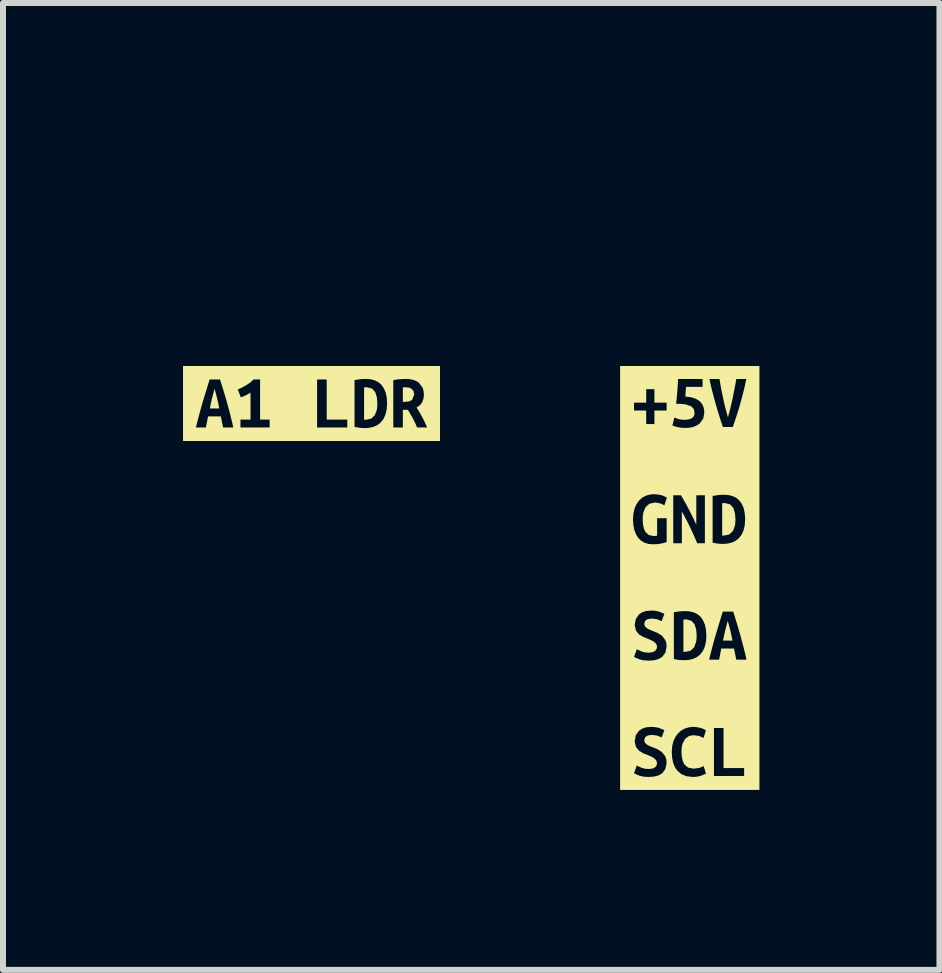
<source format=kicad_pcb>
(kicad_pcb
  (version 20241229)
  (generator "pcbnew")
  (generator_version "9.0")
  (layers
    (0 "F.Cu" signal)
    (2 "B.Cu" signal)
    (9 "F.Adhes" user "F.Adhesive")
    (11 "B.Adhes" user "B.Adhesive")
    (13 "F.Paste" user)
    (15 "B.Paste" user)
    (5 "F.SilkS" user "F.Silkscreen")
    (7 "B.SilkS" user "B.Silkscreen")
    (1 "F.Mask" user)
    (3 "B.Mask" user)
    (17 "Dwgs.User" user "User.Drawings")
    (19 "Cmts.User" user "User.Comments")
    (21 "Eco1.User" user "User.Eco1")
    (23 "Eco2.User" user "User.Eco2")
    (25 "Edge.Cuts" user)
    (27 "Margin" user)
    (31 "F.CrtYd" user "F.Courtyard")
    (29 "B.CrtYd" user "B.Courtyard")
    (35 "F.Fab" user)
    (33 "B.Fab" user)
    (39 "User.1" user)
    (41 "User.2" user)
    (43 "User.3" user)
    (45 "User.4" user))
  (footprint "kibuzzard-681CEF1C"
    (layer "F.Cu")
    (at 8.444 6.581)
    (property "Reference" "kibuzzard-681CEF1C" (at 0 -6.58 0) (layer "F.SilkS") (effects (font (size 0.001 0.001) (thickness 0.15))))
    (attr board_only exclude_from_pos_files exclude_from_bom)
    (fp_poly (pts (xy 0.633 0.716) (xy 0.609 0.802) (xy 0.589 0.882) (xy 0.571 0.962) (xy 0.554 1.044) (xy 0.711 1.044) (xy 0.695 0.962) (xy 0.678 0.882) (xy 0.657 0.802) (xy 0.633 0.716)) (stroke (width 0) (type solid)) (fill yes) (layer "F.SilkS"))
    (fp_poly (pts (xy -0.106 1.232) (xy -0.092 1.233) (xy -0.078 1.233) (xy 0.014 1.212) (xy 0.073 1.155) (xy 0.105 1.069) (xy 0.113 1.017) (xy 0.115 0.96) (xy 0.107 0.859) (xy 0.08 0.773) (xy 0.027 0.713) (xy -0.059 0.69) (xy -0.083 0.691) (xy -0.106 0.694) (xy -0.106 1.232)) (stroke (width 0) (type solid)) (fill yes) (layer "F.SilkS"))
    (fp_poly (pts (xy 0.54 -0.707) (xy 0.554 -0.706) (xy 0.569 -0.706) (xy 0.66 -0.726) (xy 0.719 -0.783) (xy 0.752 -0.869) (xy 0.759 -0.921) (xy 0.761 -0.978) (xy 0.753 -1.079) (xy 0.726 -1.166) (xy 0.673 -1.226) (xy 0.587 -1.248) (xy 0.563 -1.248) (xy 0.54 -1.245) (xy 0.54 -0.707)) (stroke (width 0) (type solid)) (fill yes) (layer "F.SilkS"))
    (fp_poly (pts (xy -0.946 -3.532) (xy -1.161 -3.532) (xy -1.161 3.532) (xy -0.946 3.532) (xy -0.681 3.532) (xy -0.681 3.316) (xy -0.771 3.311) (xy -0.84 3.295) (xy -0.929 3.256) (xy -0.883 3.126) (xy -0.799 3.165) (xy -0.746 3.179) (xy -0.681 3.183) (xy -0.615 3.175) (xy -0.573 3.152) (xy -0.551 3.118) (xy -0.545 3.08) (xy -0.56 3.036) (xy -0.596 3.002) (xy -0.645 2.974) (xy -0.699 2.952) (xy -0.774 2.922) (xy -0.845 2.879) (xy -0.897 2.816) (xy -0.918 2.721) (xy -0.899 2.62) (xy -0.845 2.545) (xy -0.79 2.51) (xy -0.723 2.488) (xy -0.681 2.485) (xy -0.681 1.378) (xy -0.771 1.372) (xy -0.84 1.356) (xy -0.929 1.317) (xy -0.883 1.188) (xy -0.799 1.226) (xy -0.746 1.24) (xy -0.681 1.245) (xy -0.615 1.236) (xy -0.573 1.213) (xy -0.551 1.179) (xy -0.545 1.141) (xy -0.56 1.097) (xy -0.596 1.063) (xy -0.645 1.036) (xy -0.699 1.013) (xy -0.774 0.984) (xy -0.845 0.941) (xy -0.897 0.877) (xy -0.918 0.782) (xy -0.899 0.682) (xy -0.845 0.606) (xy -0.79 0.571) (xy -0.723 0.55) (xy -0.644 0.543) (xy -0.619 0.544) (xy -0.619 -0.561) (xy -0.69 -0.568) (xy -0.754 -0.587) (xy -0.81 -0.62) (xy -0.857 -0.666) (xy -0.895 -0.725) (xy -0.923 -0.797) (xy -0.94 -0.881) (xy -0.946 -0.978) (xy -0.939 -1.074) (xy -0.919 -1.159) (xy -0.887 -1.231) (xy -0.845 -1.29) (xy -0.795 -1.336) (xy -0.735 -1.369) (xy -0.67 -1.389) (xy -0.6 -1.396) (xy -0.589 -1.395) (xy -0.589 -2.565) (xy -0.726 -2.565) (xy -0.726 -2.79) (xy -0.929 -2.79) (xy -0.929 -2.921) (xy -0.726 -2.921) (xy -0.726 -3.146) (xy -0.589 -3.146) (xy -0.589 -2.921) (xy -0.386 -2.921) (xy -0.386 -2.79) (xy -0.589 -2.79) (xy -0.589 -2.565) (xy -0.589 -1.395) (xy -0.516 -1.389) (xy -0.452 -1.373) (xy -0.408 -1.353) (xy -0.381 -1.338) (xy -0.423 -1.211) (xy -0.492 -1.243) (xy -0.578 -1.258) (xy -0.673 -1.237) (xy -0.737 -1.179) (xy -0.774 -1.091) (xy -0.782 -1.038) (xy -0.784 -0.978) (xy -0.779 -0.891) (xy -0.764 -0.821) (xy -0.739 -0.767) (xy -0.683 -0.716) (xy -0.606 -0.699) (xy -0.575 -0.7) (xy -0.544 -0.704) (xy -0.544 -0.996) (xy -0.385 -0.996) (xy -0.385 -0.597) (xy -0.474 -0.574) (xy -0.54 -0.564) (xy -0.619 -0.561) (xy -0.619 0.544) (xy -0.575 0.547) (xy -0.515 0.56) (xy -0.423 0.597) (xy -0.469 0.72) (xy -0.541 0.689) (xy -0.632 0.676) (xy -0.702 0.686) (xy -0.745 0.717) (xy -0.759 0.768) (xy -0.746 0.808) (xy -0.713 0.839) (xy -0.668 0.863) (xy -0.618 0.883) (xy -0.54 0.914) (xy -0.465 0.961) (xy -0.408 1.033) (xy -0.392 1.082) (xy -0.386 1.142) (xy -0.405 1.242) (xy -0.459 1.316) (xy -0.517 1.35) (xy -0.59 1.371) (xy -0.681 1.378) (xy -0.681 2.485) (xy -0.644 2.481) (xy -0.575 2.486) (xy -0.515 2.498) (xy -0.423 2.536) (xy -0.469 2.658) (xy -0.541 2.627) (xy -0.632 2.615) (xy -0.702 2.625) (xy -0.745 2.655) (xy -0.759 2.706) (xy -0.746 2.747) (xy -0.713 2.778) (xy -0.668 2.802) (xy -0.618 2.821) (xy -0.54 2.853) (xy -0.465 2.9) (xy -0.408 2.972) (xy -0.392 3.021) (xy -0.386 3.081) (xy -0.405 3.181) (xy -0.459 3.255) (xy -0.517 3.289) (xy -0.59 3.309) (xy -0.681 3.316) (xy -0.681 3.532) (xy 0.048 3.532) (xy 0.048 3.316) (xy -0.056 3.304) (xy -0.142 3.268) (xy -0.211 3.208) (xy -0.25 3.148) (xy -0.278 3.076) (xy -0.294 2.993) (xy -0.3 2.899) (xy -0.293 2.805) (xy -0.273 2.722) (xy -0.24 2.65) (xy -0.197 2.591) (xy -0.144 2.543) (xy -0.094 2.516) (xy -0.094 1.371) (xy -0.178 1.367) (xy -0.265 1.352) (xy -0.265 0.571) (xy -0.163 0.556) (xy -0.074 0.552) (xy 0.002 0.558) (xy 0.07 0.575) (xy 0.124 0.602) (xy 0.124 -0.578) (xy 0.087 -0.666) (xy 0.047 -0.755) (xy 0.006 -0.843) (xy -0.038 -0.932) (xy -0.084 -1.02) (xy -0.132 -1.109) (xy -0.132 -0.578) (xy -0.275 -0.578) (xy -0.275 -1.378) (xy -0.147 -1.378) (xy -0.111 -1.318) (xy -0.075 -1.254) (xy -0.074 -1.252) (xy -0.074 -2.5) (xy -0.137 -2.503) (xy -0.199 -2.513) (xy -0.253 -2.527) (xy -0.289 -2.541) (xy -0.257 -2.673) (xy -0.185 -2.647) (xy -0.135 -2.638) (xy -0.075 -2.635) (xy 0.002 -2.646) (xy 0.05 -2.672) (xy 0.074 -2.709) (xy 0.08 -2.752) (xy 0.069 -2.813) (xy 0.025 -2.861) (xy -0.068 -2.892) (xy -0.139 -2.9) (xy -0.227 -2.903) (xy -0.216 -3.01) (xy -0.207 -3.115) (xy -0.2 -3.218) (xy -0.195 -3.316) (xy 0.213 -3.316) (xy 0.213 -3.184) (xy -0.062 -3.184) (xy -0.068 -3.098) (xy -0.075 -3.024) (xy 0.023 -3.011) (xy 0.103 -2.985) (xy 0.164 -2.947) (xy 0.208 -2.896) (xy 0.234 -2.833) (xy 0.243 -2.758) (xy 0.224 -2.655) (xy 0.164 -2.573) (xy 0.119 -2.542) (xy 0.065 -2.519) (xy 0.000323 -2.504) (xy -0.074 -2.5) (xy -0.074 -1.252) (xy -0.039 -1.188) (xy -0.005 -1.122) (xy 0.028 -1.057) (xy 0.059 -0.994) (xy 0.086 -0.936) (xy 0.109 -0.885) (xy 0.109 -1.378) (xy 0.252 -1.378) (xy 0.252 -0.578) (xy 0.124 -0.578) (xy 0.124 0.602) (xy 0.131 0.605) (xy 0.181 0.648) (xy 0.221 0.705) (xy 0.251 0.775) (xy 0.27 0.86) (xy 0.277 0.96) (xy 0.27 1.063) (xy 0.249 1.15) (xy 0.216 1.221) (xy 0.172 1.277) (xy 0.118 1.319) (xy 0.055 1.349) (xy -0.016 1.366) (xy -0.094 1.371) (xy -0.094 2.516) (xy -0.082 2.509) (xy -0.012 2.488) (xy 0.063 2.481) (xy 0.14 2.489) (xy 0.2 2.505) (xy 0.244 2.524) (xy 0.27 2.54) (xy 0.229 2.666) (xy 0.157 2.633) (xy 0.061 2.62) (xy -0.012 2.633) (xy -0.076 2.679) (xy -0.121 2.763) (xy -0.134 2.823) (xy -0.138 2.895) (xy -0.133 2.979) (xy -0.117 3.049) (xy -0.091 3.105) (xy -0.029 3.16) (xy 0.063 3.178) (xy 0.166 3.164) (xy 0.231 3.135) (xy 0.271 3.261) (xy 0.18 3.299) (xy 0.118 3.312) (xy 0.048 3.316) (xy 0.048 3.532) (xy 0.906 3.532) (xy 0.906 3.3) (xy 0.403 3.3) (xy 0.403 2.5) (xy 0.563 2.5) (xy 0.563 3.168) (xy 0.775 3.168) (xy 0.775 1.361) (xy 0.738 1.176) (xy 0.525 1.176) (xy 0.489 1.361) (xy 0.323 1.361) (xy 0.346 1.268) (xy 0.369 1.178) (xy 0.392 1.092) (xy 0.415 1.009) (xy 0.438 0.93) (xy 0.467 0.834) (xy 0.495 0.74) (xy 0.523 0.649) (xy 0.551 0.561) (xy 0.552 0.561) (xy 0.552 -0.567) (xy 0.468 -0.572) (xy 0.381 -0.587) (xy 0.381 -1.367) (xy 0.483 -1.383) (xy 0.552 -1.386) (xy 0.552 -2.516) (xy 0.52 -2.611) (xy 0.486 -2.718) (xy 0.463 -2.793) (xy 0.441 -2.868) (xy 0.42 -2.942) (xy 0.4 -3.015) (xy 0.382 -3.086) (xy 0.364 -3.153) (xy 0.343 -3.244) (xy 0.328 -3.316) (xy 0.496 -3.316) (xy 0.506 -3.249) (xy 0.52 -3.172) (xy 0.536 -3.089) (xy 0.554 -3.003) (xy 0.573 -2.916) (xy 0.594 -2.831) (xy 0.615 -2.751) (xy 0.636 -2.679) (xy 0.657 -2.75) (xy 0.677 -2.83) (xy 0.697 -2.915) (xy 0.716 -3.002) (xy 0.733 -3.088) (xy 0.75 -3.172) (xy 0.764 -3.249) (xy 0.775 -3.316) (xy 0.942 -3.316) (xy 0.925 -3.234) (xy 0.904 -3.143) (xy 0.88 -3.045) (xy 0.852 -2.942) (xy 0.832 -2.872) (xy 0.811 -2.8) (xy 0.788 -2.728) (xy 0.765 -2.656) (xy 0.741 -2.585) (xy 0.716 -2.516) (xy 0.552 -2.516) (xy 0.552 -1.386) (xy 0.573 -1.387) (xy 0.648 -1.381) (xy 0.717 -1.363) (xy 0.777 -1.334) (xy 0.827 -1.29) (xy 0.867 -1.234) (xy 0.898 -1.164) (xy 0.916 -1.079) (xy 0.923 -0.978) (xy 0.916 -0.875) (xy 0.895 -0.789) (xy 0.862 -0.718) (xy 0.818 -0.662) (xy 0.764 -0.619) (xy 0.701 -0.59) (xy 0.63 -0.573) (xy 0.552 -0.567) (xy 0.552 0.561) (xy 0.724 0.561) (xy 0.752 0.65) (xy 0.78 0.742) (xy 0.809 0.837) (xy 0.837 0.934) (xy 0.859 1.014) (xy 0.881 1.097) (xy 0.903 1.182) (xy 0.925 1.27) (xy 0.946 1.361) (xy 0.775 1.361) (xy 0.775 3.168) (xy 0.906 3.168) (xy 0.906 3.3) (xy 0.906 3.532) (xy 0.946 3.532) (xy 1.161 3.532) (xy 1.161 -3.532) (xy 0.946 -3.532) (xy -0.946 -3.532)) (stroke (width 0) (type solid)) (fill yes) (layer "F.SilkS")))
  (footprint "kibuzzard-681CE715"
    (layer "F.Cu")
    (at 2.141 3.674)
    (property "Reference" "kibuzzard-681CE715" (at 0 -3.673 0) (layer "F.SilkS") (effects (font (size 0.001 0.001) (thickness 0.15))))
    (attr board_only exclude_from_pos_files exclude_from_bom)
    (fp_poly (pts (xy -1.616 -0.246) (xy -1.639 -0.16) (xy -1.66 -0.079) (xy -1.678 0) (xy -1.694 0.083) (xy -1.538 0.083) (xy -1.553 0) (xy -1.571 -0.079) (xy -1.592 -0.16) (xy -1.616 -0.246)) (stroke (width 0) (type solid)) (fill yes) (layer "F.SilkS"))
    (fp_poly (pts (xy 1.711 -0.149) (xy 1.701 -0.204) (xy 1.672 -0.242) (xy 1.627 -0.264) (xy 1.57 -0.271) (xy 1.548 -0.271) (xy 1.522 -0.268) (xy 1.522 -0.027) (xy 1.557 -0.027) (xy 1.627 -0.035) (xy 1.675 -0.059) (xy 1.711 -0.149)) (stroke (width 0) (type solid)) (fill yes) (layer "F.SilkS"))
    (fp_poly (pts (xy 0.876 0.27) (xy 0.89 0.271) (xy 0.905 0.271) (xy 0.996 0.251) (xy 1.055 0.194) (xy 1.088 0.108) (xy 1.095 0.056) (xy 1.097 -0.001) (xy 1.089 -0.102) (xy 1.062 -0.189) (xy 1.009 -0.249) (xy 0.923 -0.271) (xy 0.9 -0.271) (xy 0.876 -0.268) (xy 0.876 0.27)) (stroke (width 0) (type solid)) (fill yes) (layer "F.SilkS"))
    (fp_poly (pts (xy -1.926 -0.625) (xy -2.141 -0.625) (xy -2.141 0.625) (xy -1.926 0.625) (xy -1.473 0.625) (xy -1.473 0.399) (xy -1.511 0.215) (xy -1.724 0.215) (xy -1.76 0.399) (xy -1.926 0.399) (xy -1.903 0.306) (xy -1.88 0.217) (xy -1.857 0.131) (xy -1.834 0.048) (xy -1.811 -0.032) (xy -1.782 -0.128) (xy -1.753 -0.221) (xy -1.726 -0.312) (xy -1.698 -0.401) (xy -1.525 -0.401) (xy -1.497 -0.311) (xy -1.468 -0.22) (xy -1.44 -0.125) (xy -1.412 -0.028) (xy -1.39 0.052) (xy -1.367 0.135) (xy -1.346 0.221) (xy -1.324 0.309) (xy -1.303 0.399) (xy -1.473 0.399) (xy -1.473 0.625) (xy -0.698 0.625) (xy -0.698 0.399) (xy -1.184 0.399) (xy -1.184 0.268) (xy -1.016 0.268) (xy -1.016 -0.18) (xy -1.099 -0.134) (xy -1.177 -0.102) (xy -1.229 -0.234) (xy -1.162 -0.264) (xy -1.089 -0.304) (xy -1.021 -0.35) (xy -0.965 -0.401) (xy -0.857 -0.401) (xy -0.857 0.268) (xy -0.698 0.268) (xy -0.698 0.399) (xy -0.698 0.625) (xy 0.596 0.625) (xy 0.596 0.399) (xy 0.093 0.399) (xy 0.093 -0.401) (xy 0.253 -0.401) (xy 0.253 0.268) (xy 0.596 0.268) (xy 0.596 0.399) (xy 0.596 0.625) (xy 0.888 0.625) (xy 0.888 0.41) (xy 0.805 0.405) (xy 0.717 0.39) (xy 0.717 -0.39) (xy 0.819 -0.406) (xy 0.909 -0.41) (xy 0.984 -0.404) (xy 1.053 -0.386) (xy 1.113 -0.357) (xy 1.163 -0.313) (xy 1.203 -0.257) (xy 1.234 -0.187) (xy 1.253 -0.102) (xy 1.259 -0.001) (xy 1.252 0.102) (xy 1.231 0.188) (xy 1.198 0.259) (xy 1.154 0.315) (xy 1.1 0.358) (xy 1.037 0.387) (xy 0.966 0.404) (xy 0.888 0.41) (xy 0.888 0.625) (xy 1.926 0.625) (xy 1.926 0.399) (xy 1.759 0.399) (xy 1.727 0.323) (xy 1.69 0.25) (xy 1.649 0.178) (xy 1.605 0.105) (xy 1.522 0.105) (xy 1.522 0.399) (xy 1.363 0.399) (xy 1.363 -0.389) (xy 1.415 -0.399) (xy 1.471 -0.405) (xy 1.525 -0.408) (xy 1.57 -0.41) (xy 1.636 -0.406) (xy 1.694 -0.394) (xy 1.746 -0.374) (xy 1.79 -0.346) (xy 1.851 -0.264) (xy 1.867 -0.21) (xy 1.873 -0.147) (xy 1.866 -0.081) (xy 1.844 -0.021) (xy 1.806 0.029) (xy 1.75 0.066) (xy 1.796 0.14) (xy 1.844 0.226) (xy 1.889 0.315) (xy 1.926 0.399) (xy 1.926 0.625) (xy 2.141 0.625) (xy 2.141 -0.625) (xy 1.926 -0.625) (xy -1.926 -0.625)) (stroke (width 0) (type solid)) (fill yes) (layer "F.SilkS")))
  (gr_rect
    (start -3 -3)
    (end 12.605 13.112)
    (stroke (width 0.1) (type default))
    (fill no)
    (layer "Edge.Cuts")))
</source>
